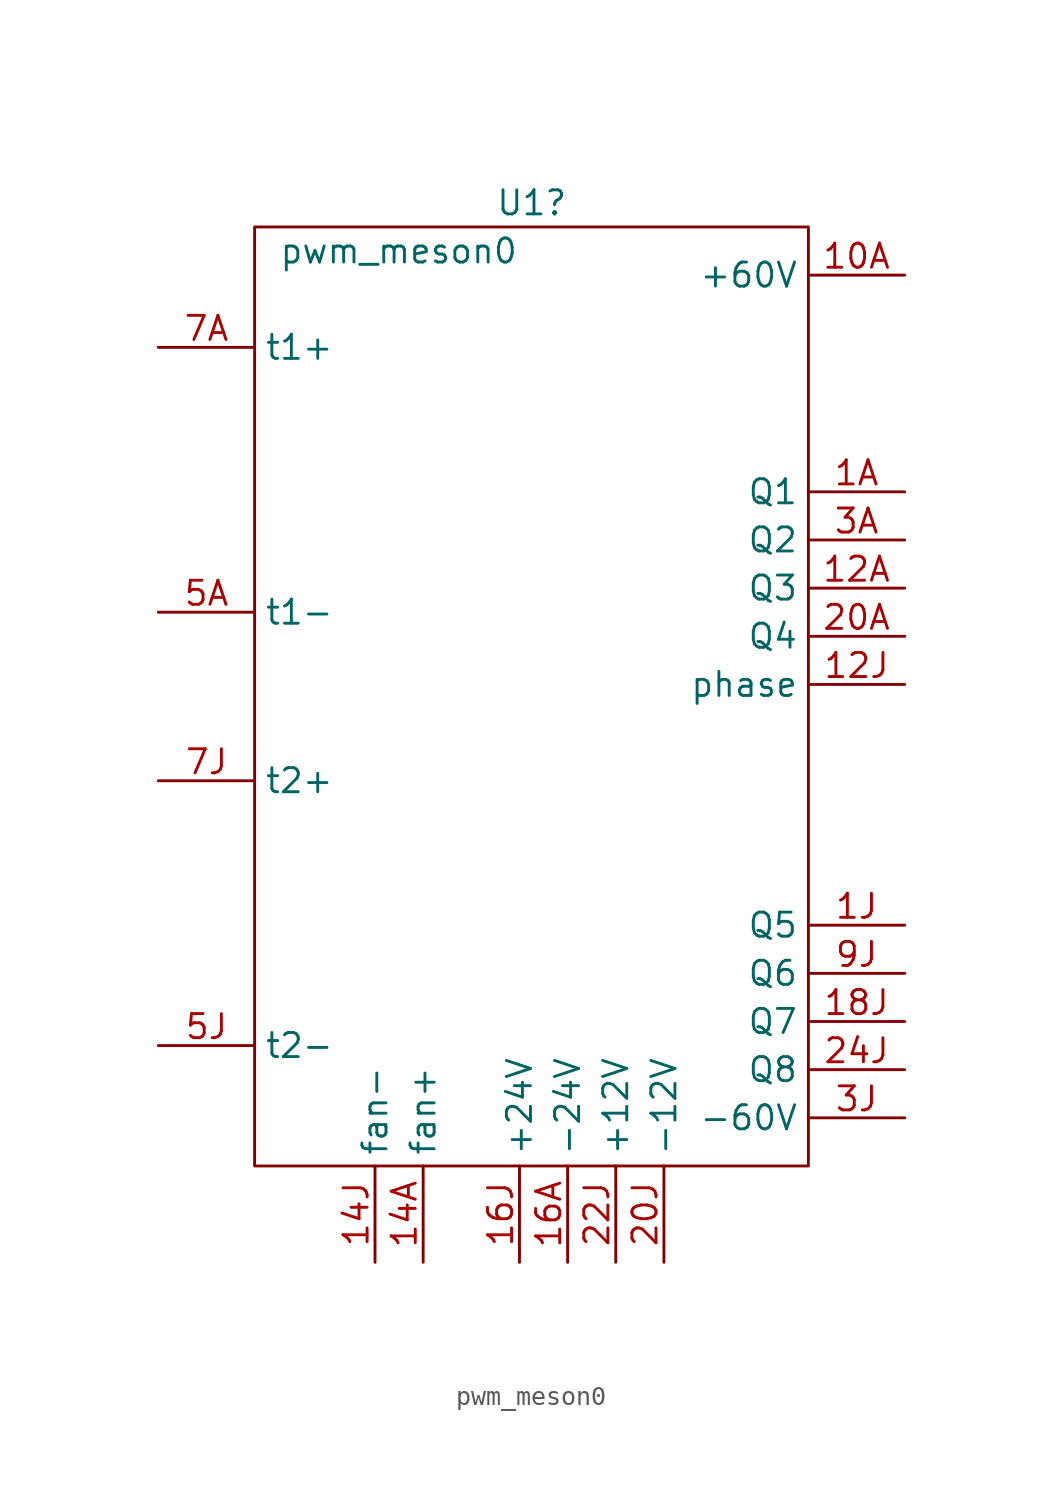
<source format=kicad_sym>
(kicad_symbol_lib
  (version 20211014)
  (generator kicad_symbol_editor)
  (symbol "pwm_meson0"
    (property "Reference" "U1"
      (at -5.08 25.4 0)
      (effects (font (size 1.27 1.27)) (justify left)))
    (property "Value" "pwm_meson0"
      (at -16.51 22.86 0)
      (effects (font (size 1.27 1.27)) (justify left)))
    (symbol "pwm_meson0_0_1"
      (rectangle (start -17.78 24.13) (end 11.43 -25.4) (stroke (width 0) (type default) (color 0 0 0 0)) (fill (type none))))
    (symbol "pwm_meson0_1_1"
      (pin power_out line (at 16.51 21.59 180) (length 5.08) (name "+60V" (effects (font (size 1.27 1.27)))) (number "10A" (effects (font (size 1.27 1.27)))))
      (pin output line (at 16.51 5.08 180) (length 5.08) (name "Q3" (effects (font (size 1.27 1.27)))) (number "12A" (effects (font (size 1.27 1.27)))))
      (pin power_out line (at 16.51 0 180) (length 5.08) (name "phase" (effects (font (size 1.27 1.27)))) (number "12J" (effects (font (size 1.27 1.27)))))
      (pin power_out line (at -8.89 -30.48 90) (length 5.08) (name "fan+" (effects (font (size 1.27 1.27)))) (number "14A" (effects (font (size 1.27 1.27)))))
      (pin power_out line (at -11.43 -30.48 90) (length 5.08) (name "fan-" (effects (font (size 1.27 1.27)))) (number "14J" (effects (font (size 1.27 1.27)))))
      (pin power_out line (at -1.27 -30.48 90) (length 5.08) (name "-24V" (effects (font (size 1.27 1.27)))) (number "16A" (effects (font (size 1.27 1.27)))))
      (pin power_out line (at -3.81 -30.48 90) (length 5.08) (name "+24V" (effects (font (size 1.27 1.27)))) (number "16J" (effects (font (size 1.27 1.27)))))
      (pin output line (at 16.51 -17.78 180) (length 5.08) (name "Q7" (effects (font (size 1.27 1.27)))) (number "18J" (effects (font (size 1.27 1.27)))))
      (pin output line (at 16.51 10.16 180) (length 5.08) (name "Q1" (effects (font (size 1.27 1.27)))) (number "1A" (effects (font (size 1.27 1.27)))))
      (pin output line (at 16.51 -12.7 180) (length 5.08) (name "Q5" (effects (font (size 1.27 1.27)))) (number "1J" (effects (font (size 1.27 1.27)))))
      (pin output line (at 16.51 2.54 180) (length 5.08) (name "Q4" (effects (font (size 1.27 1.27)))) (number "20A" (effects (font (size 1.27 1.27)))))
      (pin power_out line (at 3.81 -30.48 90) (length 5.08) (name "-12V" (effects (font (size 1.27 1.27)))) (number "20J" (effects (font (size 1.27 1.27)))))
      (pin power_out line (at 1.27 -30.48 90) (length 5.08) (name "+12V" (effects (font (size 1.27 1.27)))) (number "22J" (effects (font (size 1.27 1.27)))))
      (pin output line (at 16.51 -20.32 180) (length 5.08) (name "Q8" (effects (font (size 1.27 1.27)))) (number "24J" (effects (font (size 1.27 1.27)))))
      (pin output line (at 16.51 7.62 180) (length 5.08) (name "Q2" (effects (font (size 1.27 1.27)))) (number "3A" (effects (font (size 1.27 1.27)))))
      (pin power_out line (at 16.51 -22.86 180) (length 5.08) (name "-60V" (effects (font (size 1.27 1.27)))) (number "3J" (effects (font (size 1.27 1.27)))))
      (pin passive line (at -22.86 3.81 0) (length 5.08) (name "t1-" (effects (font (size 1.27 1.27)))) (number "5A" (effects (font (size 1.27 1.27)))))
      (pin passive line (at -22.86 -19.05 0) (length 5.08) (name "t2-" (effects (font (size 1.27 1.27)))) (number "5J" (effects (font (size 1.27 1.27)))))
      (pin passive line (at -22.86 17.78 0) (length 5.08) (name "t1+" (effects (font (size 1.27 1.27)))) (number "7A" (effects (font (size 1.27 1.27)))))
      (pin passive line (at -22.86 -5.08 0) (length 5.08) (name "t2+" (effects (font (size 1.27 1.27)))) (number "7J" (effects (font (size 1.27 1.27)))))
      (pin output line (at 16.51 -15.24 180) (length 5.08) (name "Q6" (effects (font (size 1.27 1.27)))) (number "9J" (effects (font (size 1.27 1.27))))))))
</source>
